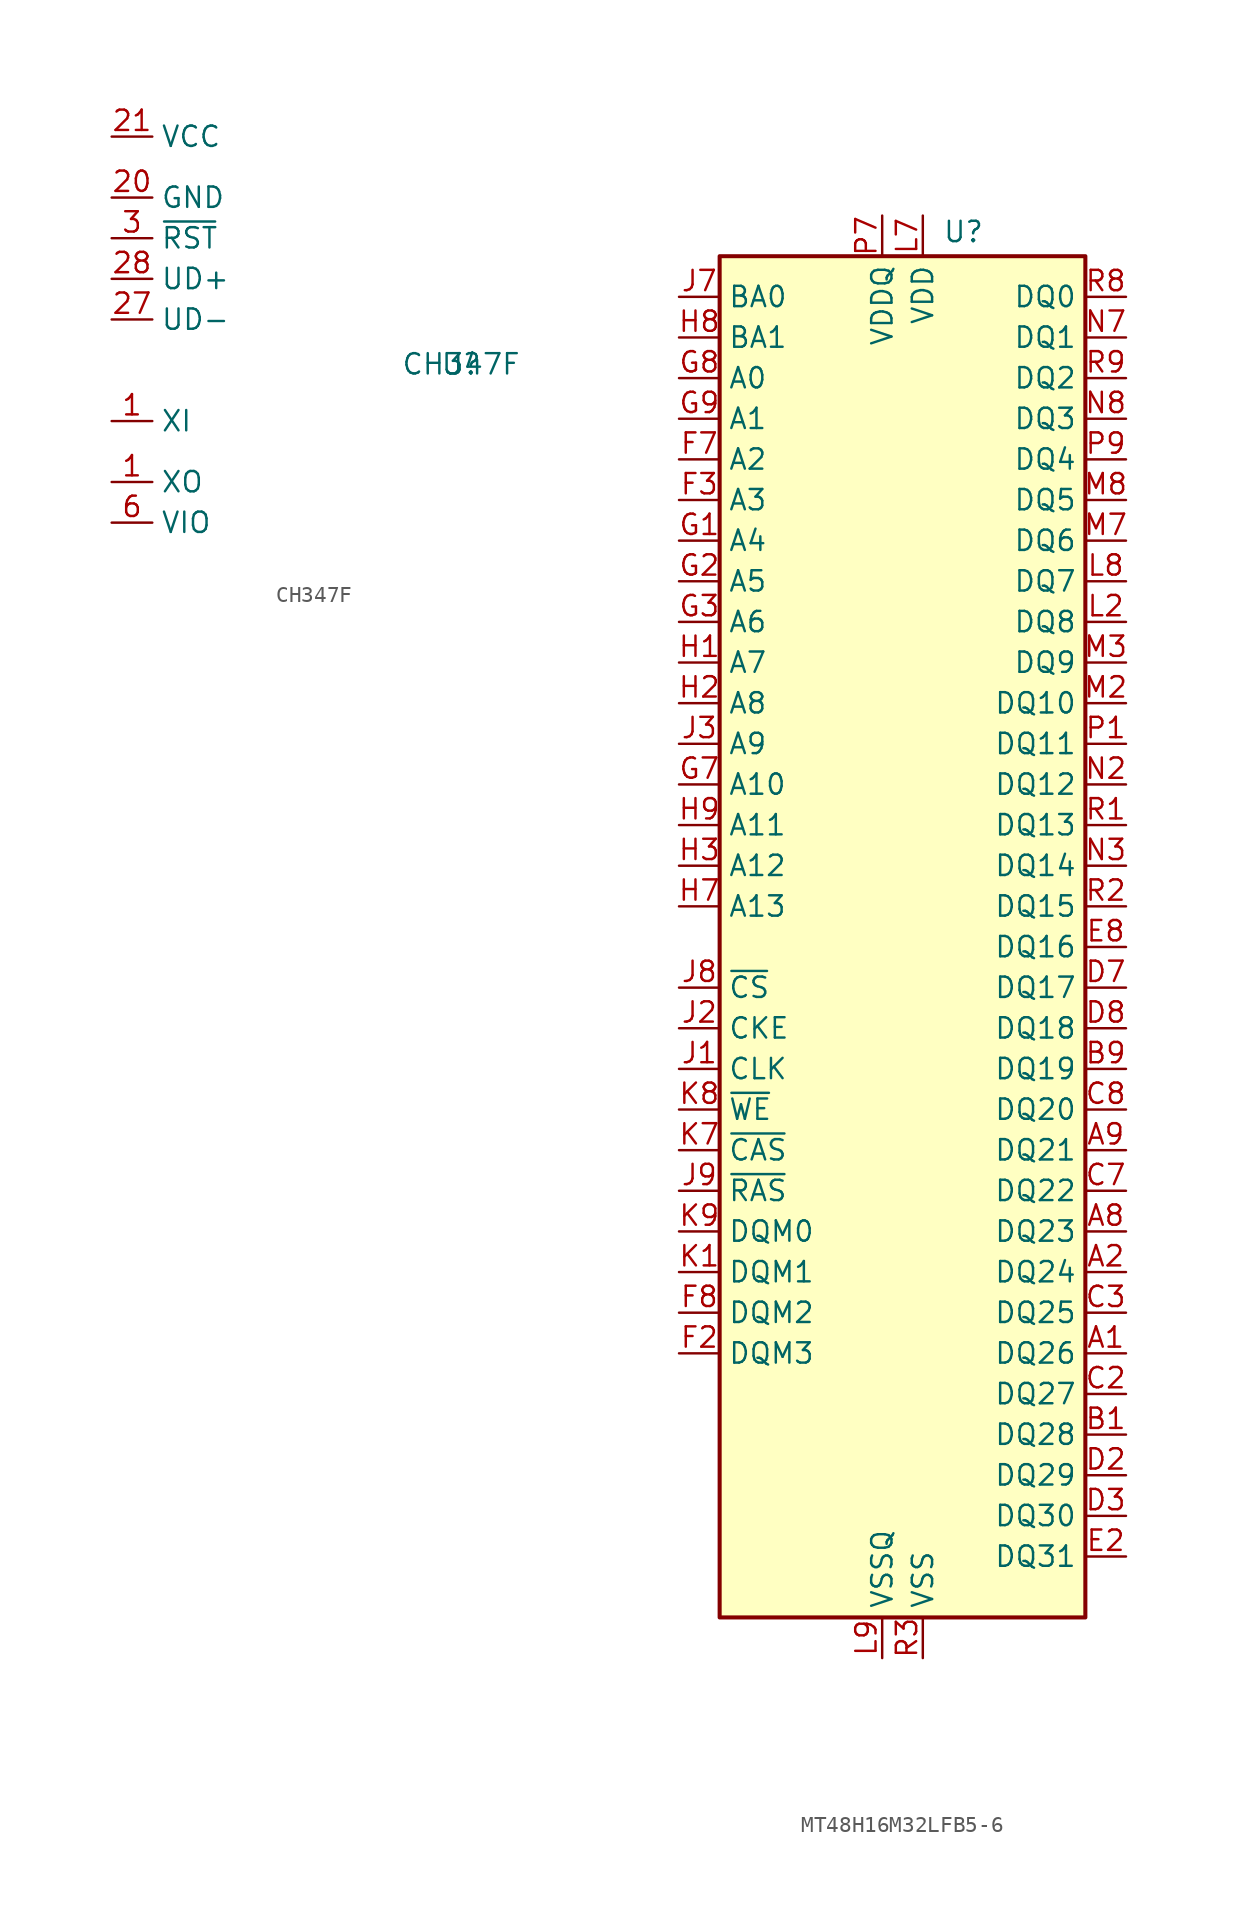
<source format=kicad_sym>
(kicad_symbol_lib
  (version 20241209)
  (generator "kicad_symbol_editor")
  (generator_version "9.0")
  (symbol "CH347F"
    (property "Reference" "U"
      (at 14.224 -15.494 0)
      (effects (font (size 1.27 1.27))))
    (property "Value" "CH347F"
      (at 14.224 -15.494 0)
      (effects (font (size 1.27 1.27))))
    (symbol "CH347F_1_1"
      (pin power_in line (at -7.62 -1.27 0) (length 2.54) (name "VCC" (effects (font (size 1.27 1.27)))) (number "21" (effects (font (size 1.27 1.27)))))
      (pin power_in line (at -7.62 -5.08 0) (length 2.54) (name "GND" (effects (font (size 1.27 1.27)))) (number "20" (effects (font (size 1.27 1.27)))))
      (pin power_in line (at -7.62 -5.08 0) (length 2.54) (hide yes) (name "GND" (effects (font (size 1.27 1.27)))) (number "29" (effects (font (size 1.27 1.27)))))
      (pin input line (at -7.62 -7.62 0) (length 2.54) (name "~{RST}" (effects (font (size 1.27 1.27)))) (number "3" (effects (font (size 1.27 1.27)))))
      (pin input line (at -7.62 -10.16 0) (length 2.54) (name "UD+" (effects (font (size 1.27 1.27)))) (number "28" (effects (font (size 1.27 1.27)))))
      (pin input line (at -7.62 -12.7 0) (length 2.54) (name "UD-" (effects (font (size 1.27 1.27)))) (number "27" (effects (font (size 1.27 1.27)))))
      (pin input line (at -7.62 -19.05 0) (length 2.54) (name "XI" (effects (font (size 1.27 1.27)))) (number "1" (effects (font (size 1.27 1.27)))))
      (pin output line (at -7.62 -22.86 0) (length 2.54) (name "XO" (effects (font (size 1.27 1.27)))) (number "1" (effects (font (size 1.27 1.27)))))
      (pin power_in line (at -7.62 -25.4 0) (length 2.54) (name "VIO" (effects (font (size 1.27 1.27)))) (number "6" (effects (font (size 1.27 1.27)))))))
  (symbol "MT48H16M32LFB5-6"
    (property "Reference" "U"
      (at 3.81 30.734 0)
      (effects (font (size 1.27 1.27))))
    (property "Value" ""
      (at 0 0 0)
      (effects (font (size 1.27 1.27))))
    (symbol "MT48H16M32LFB5-6_1_1"
      (rectangle (start -11.43 29.21) (end 11.43 -55.88) (stroke (width 0.254) (type default)) (fill (type background)))
      (pin input line (at -13.97 26.67 0) (length 2.54) (name "BA0" (effects (font (size 1.27 1.27)))) (number "J7" (effects (font (size 1.27 1.27)))))
      (pin input line (at -13.97 24.13 0) (length 2.54) (name "BA1" (effects (font (size 1.27 1.27)))) (number "H8" (effects (font (size 1.27 1.27)))))
      (pin input line (at -13.97 21.59 0) (length 2.54) (name "A0" (effects (font (size 1.27 1.27)))) (number "G8" (effects (font (size 1.27 1.27)))))
      (pin input line (at -13.97 19.05 0) (length 2.54) (name "A1" (effects (font (size 1.27 1.27)))) (number "G9" (effects (font (size 1.27 1.27)))))
      (pin input line (at -13.97 16.51 0) (length 2.54) (name "A2" (effects (font (size 1.27 1.27)))) (number "F7" (effects (font (size 1.27 1.27)))))
      (pin input line (at -13.97 13.97 0) (length 2.54) (name "A3" (effects (font (size 1.27 1.27)))) (number "F3" (effects (font (size 1.27 1.27)))))
      (pin input line (at -13.97 11.43 0) (length 2.54) (name "A4" (effects (font (size 1.27 1.27)))) (number "G1" (effects (font (size 1.27 1.27)))))
      (pin input line (at -13.97 8.89 0) (length 2.54) (name "A5" (effects (font (size 1.27 1.27)))) (number "G2" (effects (font (size 1.27 1.27)))))
      (pin input line (at -13.97 6.35 0) (length 2.54) (name "A6" (effects (font (size 1.27 1.27)))) (number "G3" (effects (font (size 1.27 1.27)))))
      (pin input line (at -13.97 3.81 0) (length 2.54) (name "A7" (effects (font (size 1.27 1.27)))) (number "H1" (effects (font (size 1.27 1.27)))))
      (pin input line (at -13.97 1.27 0) (length 2.54) (name "A8" (effects (font (size 1.27 1.27)))) (number "H2" (effects (font (size 1.27 1.27)))))
      (pin input line (at -13.97 -1.27 0) (length 2.54) (name "A9" (effects (font (size 1.27 1.27)))) (number "J3" (effects (font (size 1.27 1.27)))))
      (pin input line (at -13.97 -3.81 0) (length 2.54) (name "A10" (effects (font (size 1.27 1.27)))) (number "G7" (effects (font (size 1.27 1.27)))))
      (pin input line (at -13.97 -6.35 0) (length 2.54) (name "A11" (effects (font (size 1.27 1.27)))) (number "H9" (effects (font (size 1.27 1.27)))))
      (pin input line (at -13.97 -8.89 0) (length 2.54) (name "A12" (effects (font (size 1.27 1.27)))) (number "H3" (effects (font (size 1.27 1.27)))))
      (pin input line (at -13.97 -11.43 0) (length 2.54) (name "A13" (effects (font (size 1.27 1.27)))) (number "H7" (effects (font (size 1.27 1.27)))))
      (pin input line (at -13.97 -16.51 0) (length 2.54) (name "~{CS}" (effects (font (size 1.27 1.27)))) (number "J8" (effects (font (size 1.27 1.27)))))
      (pin input line (at -13.97 -19.05 0) (length 2.54) (name "CKE" (effects (font (size 1.27 1.27)))) (number "J2" (effects (font (size 1.27 1.27)))))
      (pin input line (at -13.97 -21.59 0) (length 2.54) (name "CLK" (effects (font (size 1.27 1.27)))) (number "J1" (effects (font (size 1.27 1.27)))))
      (pin input line (at -13.97 -24.13 0) (length 2.54) (name "~{WE}" (effects (font (size 1.27 1.27)))) (number "K8" (effects (font (size 1.27 1.27)))))
      (pin input line (at -13.97 -26.67 0) (length 2.54) (name "~{CAS}" (effects (font (size 1.27 1.27)))) (number "K7" (effects (font (size 1.27 1.27)))))
      (pin input line (at -13.97 -29.21 0) (length 2.54) (name "~{RAS}" (effects (font (size 1.27 1.27)))) (number "J9" (effects (font (size 1.27 1.27)))))
      (pin input line (at -13.97 -31.75 0) (length 2.54) (name "DQM0" (effects (font (size 1.27 1.27)))) (number "K9" (effects (font (size 1.27 1.27)))))
      (pin input line (at -13.97 -34.29 0) (length 2.54) (name "DQM1" (effects (font (size 1.27 1.27)))) (number "K1" (effects (font (size 1.27 1.27)))))
      (pin input line (at -13.97 -36.83 0) (length 2.54) (name "DQM2" (effects (font (size 1.27 1.27)))) (number "F8" (effects (font (size 1.27 1.27)))))
      (pin input line (at -13.97 -39.37 0) (length 2.54) (name "DQM3" (effects (font (size 1.27 1.27)))) (number "F2" (effects (font (size 1.27 1.27)))))
      (pin no_connect line (at -13.97 -45.72 0) (length 2.54) (hide yes) (name "NC" (effects (font (size 1.27 1.27)))) (number "K2" (effects (font (size 1.27 1.27)))))
      (pin no_connect line (at -13.97 -48.26 0) (length 2.54) (hide yes) (name "NC" (effects (font (size 1.27 1.27)))) (number "E3" (effects (font (size 1.27 1.27)))))
      (pin no_connect line (at -13.97 -50.8 0) (length 2.54) (hide yes) (name "NC" (effects (font (size 1.27 1.27)))) (number "K3" (effects (font (size 1.27 1.27)))))
      (pin no_connect line (at -13.97 -53.34 0) (length 2.54) (hide yes) (name "NC" (effects (font (size 1.27 1.27)))) (number "E7" (effects (font (size 1.27 1.27)))))
      (pin passive line (at -1.27 31.75 270) (length 2.54) (hide yes) (name "VDDQ" (effects (font (size 1.27 1.27)))) (number "B2" (effects (font (size 1.27 1.27)))))
      (pin passive line (at -1.27 31.75 270) (length 2.54) (hide yes) (name "VDDQ" (effects (font (size 1.27 1.27)))) (number "B7" (effects (font (size 1.27 1.27)))))
      (pin passive line (at -1.27 31.75 270) (length 2.54) (hide yes) (name "VDDQ" (effects (font (size 1.27 1.27)))) (number "C9" (effects (font (size 1.27 1.27)))))
      (pin passive line (at -1.27 31.75 270) (length 2.54) (hide yes) (name "VDDQ" (effects (font (size 1.27 1.27)))) (number "D9" (effects (font (size 1.27 1.27)))))
      (pin passive line (at -1.27 31.75 270) (length 2.54) (hide yes) (name "VDDQ" (effects (font (size 1.27 1.27)))) (number "E1" (effects (font (size 1.27 1.27)))))
      (pin passive line (at -1.27 31.75 270) (length 2.54) (hide yes) (name "VDDQ" (effects (font (size 1.27 1.27)))) (number "L1" (effects (font (size 1.27 1.27)))))
      (pin passive line (at -1.27 31.75 270) (length 2.54) (hide yes) (name "VDDQ" (effects (font (size 1.27 1.27)))) (number "N9" (effects (font (size 1.27 1.27)))))
      (pin passive line (at -1.27 31.75 270) (length 2.54) (hide yes) (name "VDDQ" (effects (font (size 1.27 1.27)))) (number "P2" (effects (font (size 1.27 1.27)))))
      (pin power_in line (at -1.27 31.75 270) (length 2.54) (name "VDDQ" (effects (font (size 1.27 1.27)))) (number "P7" (effects (font (size 1.27 1.27)))))
      (pin passive line (at -1.27 -58.42 90) (length 2.54) (hide yes) (name "VSSQ" (effects (font (size 1.27 1.27)))) (number "B3" (effects (font (size 1.27 1.27)))))
      (pin passive line (at -1.27 -58.42 90) (length 2.54) (hide yes) (name "VSSQ" (effects (font (size 1.27 1.27)))) (number "B8" (effects (font (size 1.27 1.27)))))
      (pin passive line (at -1.27 -58.42 90) (length 2.54) (hide yes) (name "VSS!" (effects (font (size 1.27 1.27)))) (number "C1" (effects (font (size 1.27 1.27)))))
      (pin passive line (at -1.27 -58.42 90) (length 2.54) (hide yes) (name "VSSQ" (effects (font (size 1.27 1.27)))) (number "D1" (effects (font (size 1.27 1.27)))))
      (pin passive line (at -1.27 -58.42 90) (length 2.54) (hide yes) (name "VSSQ" (effects (font (size 1.27 1.27)))) (number "E9" (effects (font (size 1.27 1.27)))))
      (pin power_in line (at -1.27 -58.42 90) (length 2.54) (name "VSSQ" (effects (font (size 1.27 1.27)))) (number "L9" (effects (font (size 1.27 1.27)))))
      (pin passive line (at -1.27 -58.42 90) (length 2.54) (hide yes) (name "VSSQ" (effects (font (size 1.27 1.27)))) (number "M1" (effects (font (size 1.27 1.27)))))
      (pin passive line (at -1.27 -58.42 90) (length 2.54) (hide yes) (name "VSSQ" (effects (font (size 1.27 1.27)))) (number "M9" (effects (font (size 1.27 1.27)))))
      (pin passive line (at -1.27 -58.42 90) (length 2.54) (hide yes) (name "VSSQ" (effects (font (size 1.27 1.27)))) (number "N1" (effects (font (size 1.27 1.27)))))
      (pin passive line (at -1.27 -58.42 90) (length 2.54) (hide yes) (name "VSSQ" (effects (font (size 1.27 1.27)))) (number "P3" (effects (font (size 1.27 1.27)))))
      (pin passive line (at -1.27 -58.42 90) (length 2.54) (hide yes) (name "VSSQ" (effects (font (size 1.27 1.27)))) (number "P8" (effects (font (size 1.27 1.27)))))
      (pin passive line (at 1.27 31.75 270) (length 2.54) (hide yes) (name "VDD" (effects (font (size 1.27 1.27)))) (number "A7" (effects (font (size 1.27 1.27)))))
      (pin passive line (at 1.27 31.75 270) (length 2.54) (hide yes) (name "VDD" (effects (font (size 1.27 1.27)))) (number "F9" (effects (font (size 1.27 1.27)))))
      (pin power_in line (at 1.27 31.75 270) (length 2.54) (name "VDD" (effects (font (size 1.27 1.27)))) (number "L7" (effects (font (size 1.27 1.27)))))
      (pin passive line (at 1.27 31.75 270) (length 2.54) (hide yes) (name "VDD" (effects (font (size 1.27 1.27)))) (number "R7" (effects (font (size 1.27 1.27)))))
      (pin passive line (at 1.27 -58.42 90) (length 2.54) (hide yes) (name "VSS" (effects (font (size 1.27 1.27)))) (number "A3" (effects (font (size 1.27 1.27)))))
      (pin passive line (at 1.27 -58.42 90) (length 2.54) (hide yes) (name "VSS" (effects (font (size 1.27 1.27)))) (number "F1" (effects (font (size 1.27 1.27)))))
      (pin passive line (at 1.27 -58.42 90) (length 2.54) (hide yes) (name "VSS" (effects (font (size 1.27 1.27)))) (number "L3" (effects (font (size 1.27 1.27)))))
      (pin power_in line (at 1.27 -58.42 90) (length 2.54) (name "VSS" (effects (font (size 1.27 1.27)))) (number "R3" (effects (font (size 1.27 1.27)))))
      (pin bidirectional line (at 13.97 26.67 180) (length 2.54) (name "DQ0" (effects (font (size 1.27 1.27)))) (number "R8" (effects (font (size 1.27 1.27)))))
      (pin bidirectional line (at 13.97 24.13 180) (length 2.54) (name "DQ1" (effects (font (size 1.27 1.27)))) (number "N7" (effects (font (size 1.27 1.27)))))
      (pin bidirectional line (at 13.97 21.59 180) (length 2.54) (name "DQ2" (effects (font (size 1.27 1.27)))) (number "R9" (effects (font (size 1.27 1.27)))))
      (pin bidirectional line (at 13.97 19.05 180) (length 2.54) (name "DQ3" (effects (font (size 1.27 1.27)))) (number "N8" (effects (font (size 1.27 1.27)))))
      (pin bidirectional line (at 13.97 16.51 180) (length 2.54) (name "DQ4" (effects (font (size 1.27 1.27)))) (number "P9" (effects (font (size 1.27 1.27)))))
      (pin bidirectional line (at 13.97 13.97 180) (length 2.54) (name "DQ5" (effects (font (size 1.27 1.27)))) (number "M8" (effects (font (size 1.27 1.27)))))
      (pin bidirectional line (at 13.97 11.43 180) (length 2.54) (name "DQ6" (effects (font (size 1.27 1.27)))) (number "M7" (effects (font (size 1.27 1.27)))))
      (pin bidirectional line (at 13.97 8.89 180) (length 2.54) (name "DQ7" (effects (font (size 1.27 1.27)))) (number "L8" (effects (font (size 1.27 1.27)))))
      (pin bidirectional line (at 13.97 6.35 180) (length 2.54) (name "DQ8" (effects (font (size 1.27 1.27)))) (number "L2" (effects (font (size 1.27 1.27)))))
      (pin bidirectional line (at 13.97 3.81 180) (length 2.54) (name "DQ9" (effects (font (size 1.27 1.27)))) (number "M3" (effects (font (size 1.27 1.27)))))
      (pin bidirectional line (at 13.97 1.27 180) (length 2.54) (name "DQ10" (effects (font (size 1.27 1.27)))) (number "M2" (effects (font (size 1.27 1.27)))))
      (pin bidirectional line (at 13.97 -1.27 180) (length 2.54) (name "DQ11" (effects (font (size 1.27 1.27)))) (number "P1" (effects (font (size 1.27 1.27)))))
      (pin bidirectional line (at 13.97 -3.81 180) (length 2.54) (name "DQ12" (effects (font (size 1.27 1.27)))) (number "N2" (effects (font (size 1.27 1.27)))))
      (pin bidirectional line (at 13.97 -6.35 180) (length 2.54) (name "DQ13" (effects (font (size 1.27 1.27)))) (number "R1" (effects (font (size 1.27 1.27)))))
      (pin bidirectional line (at 13.97 -8.89 180) (length 2.54) (name "DQ14" (effects (font (size 1.27 1.27)))) (number "N3" (effects (font (size 1.27 1.27)))))
      (pin bidirectional line (at 13.97 -11.43 180) (length 2.54) (name "DQ15" (effects (font (size 1.27 1.27)))) (number "R2" (effects (font (size 1.27 1.27)))))
      (pin bidirectional line (at 13.97 -13.97 180) (length 2.54) (name "DQ16" (effects (font (size 1.27 1.27)))) (number "E8" (effects (font (size 1.27 1.27)))))
      (pin bidirectional line (at 13.97 -16.51 180) (length 2.54) (name "DQ17" (effects (font (size 1.27 1.27)))) (number "D7" (effects (font (size 1.27 1.27)))))
      (pin bidirectional line (at 13.97 -19.05 180) (length 2.54) (name "DQ18" (effects (font (size 1.27 1.27)))) (number "D8" (effects (font (size 1.27 1.27)))))
      (pin bidirectional line (at 13.97 -21.59 180) (length 2.54) (name "DQ19" (effects (font (size 1.27 1.27)))) (number "B9" (effects (font (size 1.27 1.27)))))
      (pin bidirectional line (at 13.97 -24.13 180) (length 2.54) (name "DQ20" (effects (font (size 1.27 1.27)))) (number "C8" (effects (font (size 1.27 1.27)))))
      (pin bidirectional line (at 13.97 -26.67 180) (length 2.54) (name "DQ21" (effects (font (size 1.27 1.27)))) (number "A9" (effects (font (size 1.27 1.27)))))
      (pin bidirectional line (at 13.97 -29.21 180) (length 2.54) (name "DQ22" (effects (font (size 1.27 1.27)))) (number "C7" (effects (font (size 1.27 1.27)))))
      (pin bidirectional line (at 13.97 -31.75 180) (length 2.54) (name "DQ23" (effects (font (size 1.27 1.27)))) (number "A8" (effects (font (size 1.27 1.27)))))
      (pin bidirectional line (at 13.97 -34.29 180) (length 2.54) (name "DQ24" (effects (font (size 1.27 1.27)))) (number "A2" (effects (font (size 1.27 1.27)))))
      (pin bidirectional line (at 13.97 -36.83 180) (length 2.54) (name "DQ25" (effects (font (size 1.27 1.27)))) (number "C3" (effects (font (size 1.27 1.27)))))
      (pin bidirectional line (at 13.97 -39.37 180) (length 2.54) (name "DQ26" (effects (font (size 1.27 1.27)))) (number "A1" (effects (font (size 1.27 1.27)))))
      (pin bidirectional line (at 13.97 -41.91 180) (length 2.54) (name "DQ27" (effects (font (size 1.27 1.27)))) (number "C2" (effects (font (size 1.27 1.27)))))
      (pin bidirectional line (at 13.97 -44.45 180) (length 2.54) (name "DQ28" (effects (font (size 1.27 1.27)))) (number "B1" (effects (font (size 1.27 1.27)))))
      (pin bidirectional line (at 13.97 -46.99 180) (length 2.54) (name "DQ29" (effects (font (size 1.27 1.27)))) (number "D2" (effects (font (size 1.27 1.27)))))
      (pin bidirectional line (at 13.97 -49.53 180) (length 2.54) (name "DQ30" (effects (font (size 1.27 1.27)))) (number "D3" (effects (font (size 1.27 1.27)))))
      (pin bidirectional line (at 13.97 -52.07 180) (length 2.54) (name "DQ31" (effects (font (size 1.27 1.27)))) (number "E2" (effects (font (size 1.27 1.27))))))))
</source>
